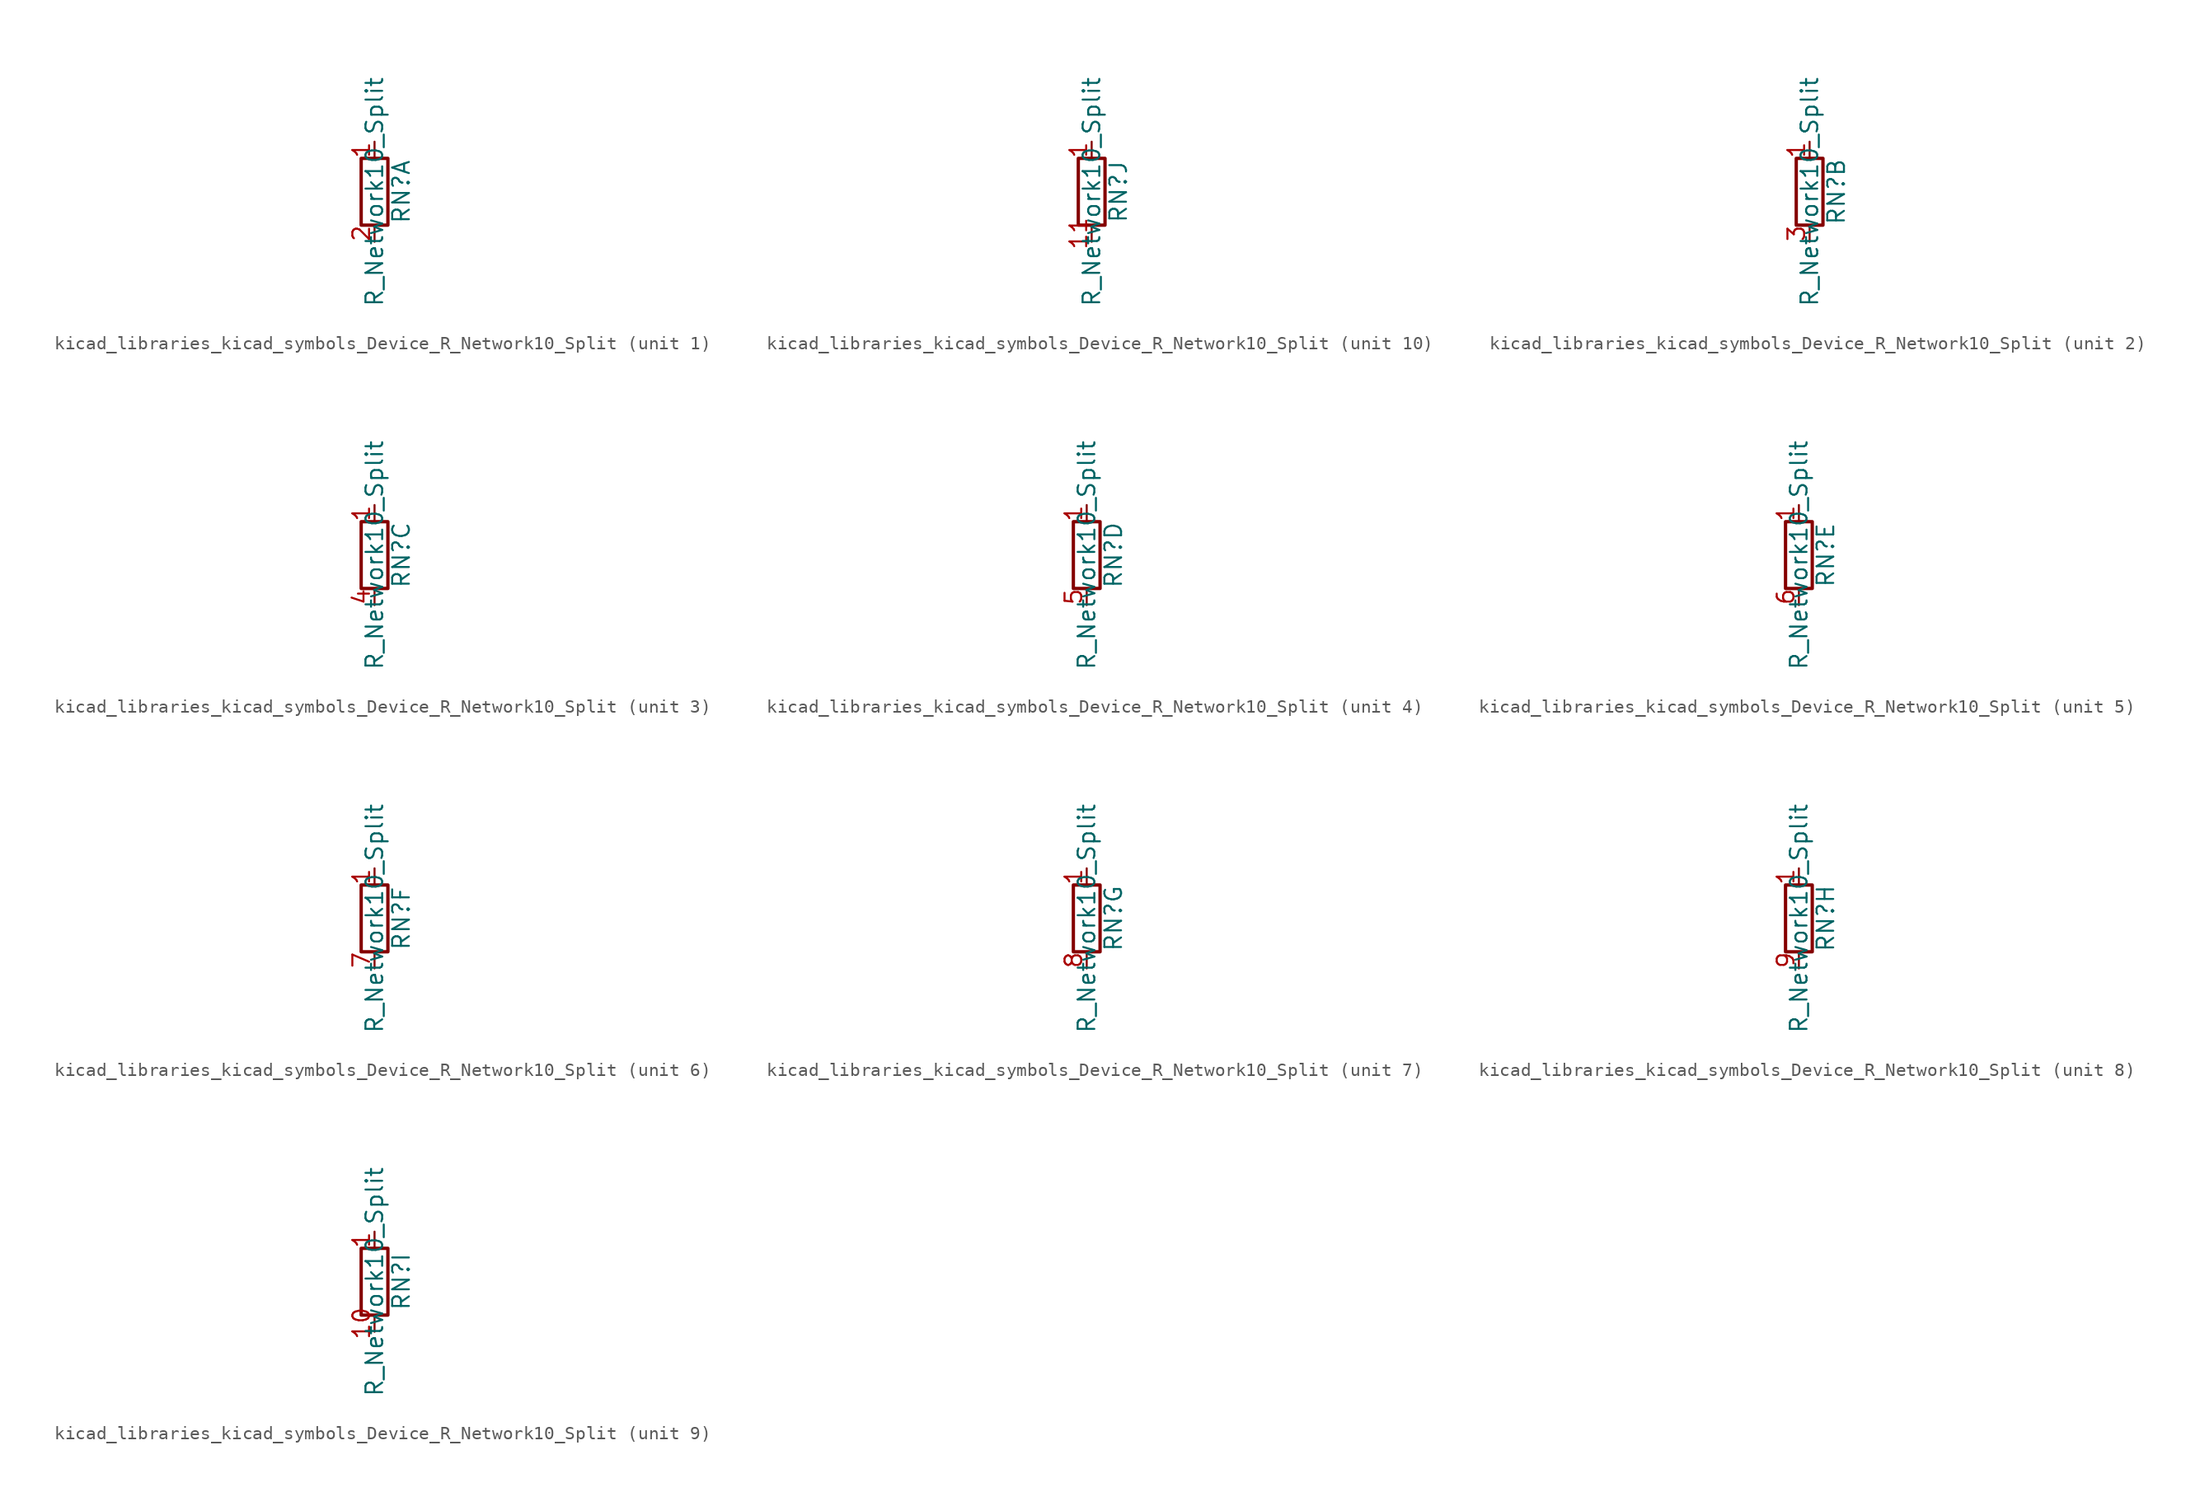
<source format=kicad_sym>
(kicad_symbol_lib
  (version 20220914)
  (generator kicad_symbol_editor)
  (symbol "kicad_libraries_kicad_symbols_Device_R_Network10_Split"
    (pin_names
      (offset 0) hide)
    (property "Reference" "RN"
      (at 2.032 0 90)
      (effects (font (size 1.27 1.27))))
    (property "Value" "R_Network10_Split"
      (at 0 0 90)
      (effects (font (size 1.27 1.27))))
    (symbol "kicad_libraries_kicad_symbols_Device_R_Network10_Split_0_1"
      (rectangle (start 1.016 2.54) (end -1.016 -2.54) (stroke (width 0.254) (type default)) (fill (type none)))
      (pin passive line (at 0 3.81 270) (length 1.27) (name "R1" (effects (font (size 1.27 1.27)))) (number "1" (effects (font (size 1.27 1.27))))))
    (symbol "kicad_libraries_kicad_symbols_Device_R_Network10_Split_1_1"
      (pin passive line (at 0 -3.81 90) (length 1.27) (name "R1.2" (effects (font (size 1.27 1.27)))) (number "2" (effects (font (size 1.27 1.27))))))
    (symbol "kicad_libraries_kicad_symbols_Device_R_Network10_Split_2_1"
      (pin passive line (at 0 -3.81 90) (length 1.27) (name "R2.2" (effects (font (size 1.27 1.27)))) (number "3" (effects (font (size 1.27 1.27))))))
    (symbol "kicad_libraries_kicad_symbols_Device_R_Network10_Split_3_1"
      (pin passive line (at 0 -3.81 90) (length 1.27) (name "R3.2" (effects (font (size 1.27 1.27)))) (number "4" (effects (font (size 1.27 1.27))))))
    (symbol "kicad_libraries_kicad_symbols_Device_R_Network10_Split_4_1"
      (pin passive line (at 0 -3.81 90) (length 1.27) (name "R4.2" (effects (font (size 1.27 1.27)))) (number "5" (effects (font (size 1.27 1.27))))))
    (symbol "kicad_libraries_kicad_symbols_Device_R_Network10_Split_5_1"
      (pin passive line (at 0 -3.81 90) (length 1.27) (name "R5.2" (effects (font (size 1.27 1.27)))) (number "6" (effects (font (size 1.27 1.27))))))
    (symbol "kicad_libraries_kicad_symbols_Device_R_Network10_Split_6_1"
      (pin passive line (at 0 -3.81 90) (length 1.27) (name "R6.2" (effects (font (size 1.27 1.27)))) (number "7" (effects (font (size 1.27 1.27))))))
    (symbol "kicad_libraries_kicad_symbols_Device_R_Network10_Split_7_1"
      (pin passive line (at 0 -3.81 90) (length 1.27) (name "R7.2" (effects (font (size 1.27 1.27)))) (number "8" (effects (font (size 1.27 1.27))))))
    (symbol "kicad_libraries_kicad_symbols_Device_R_Network10_Split_8_1"
      (pin passive line (at 0 -3.81 90) (length 1.27) (name "R8.2" (effects (font (size 1.27 1.27)))) (number "9" (effects (font (size 1.27 1.27))))))
    (symbol "kicad_libraries_kicad_symbols_Device_R_Network10_Split_9_1"
      (pin passive line (at 0 -3.81 90) (length 1.27) (name "R9.2" (effects (font (size 1.27 1.27)))) (number "10" (effects (font (size 1.27 1.27))))))
    (symbol "kicad_libraries_kicad_symbols_Device_R_Network10_Split_10_1"
      (pin passive line (at 0 -3.81 90) (length 1.27) (name "R10.2" (effects (font (size 1.27 1.27)))) (number "11" (effects (font (size 1.27 1.27))))))))
</source>
